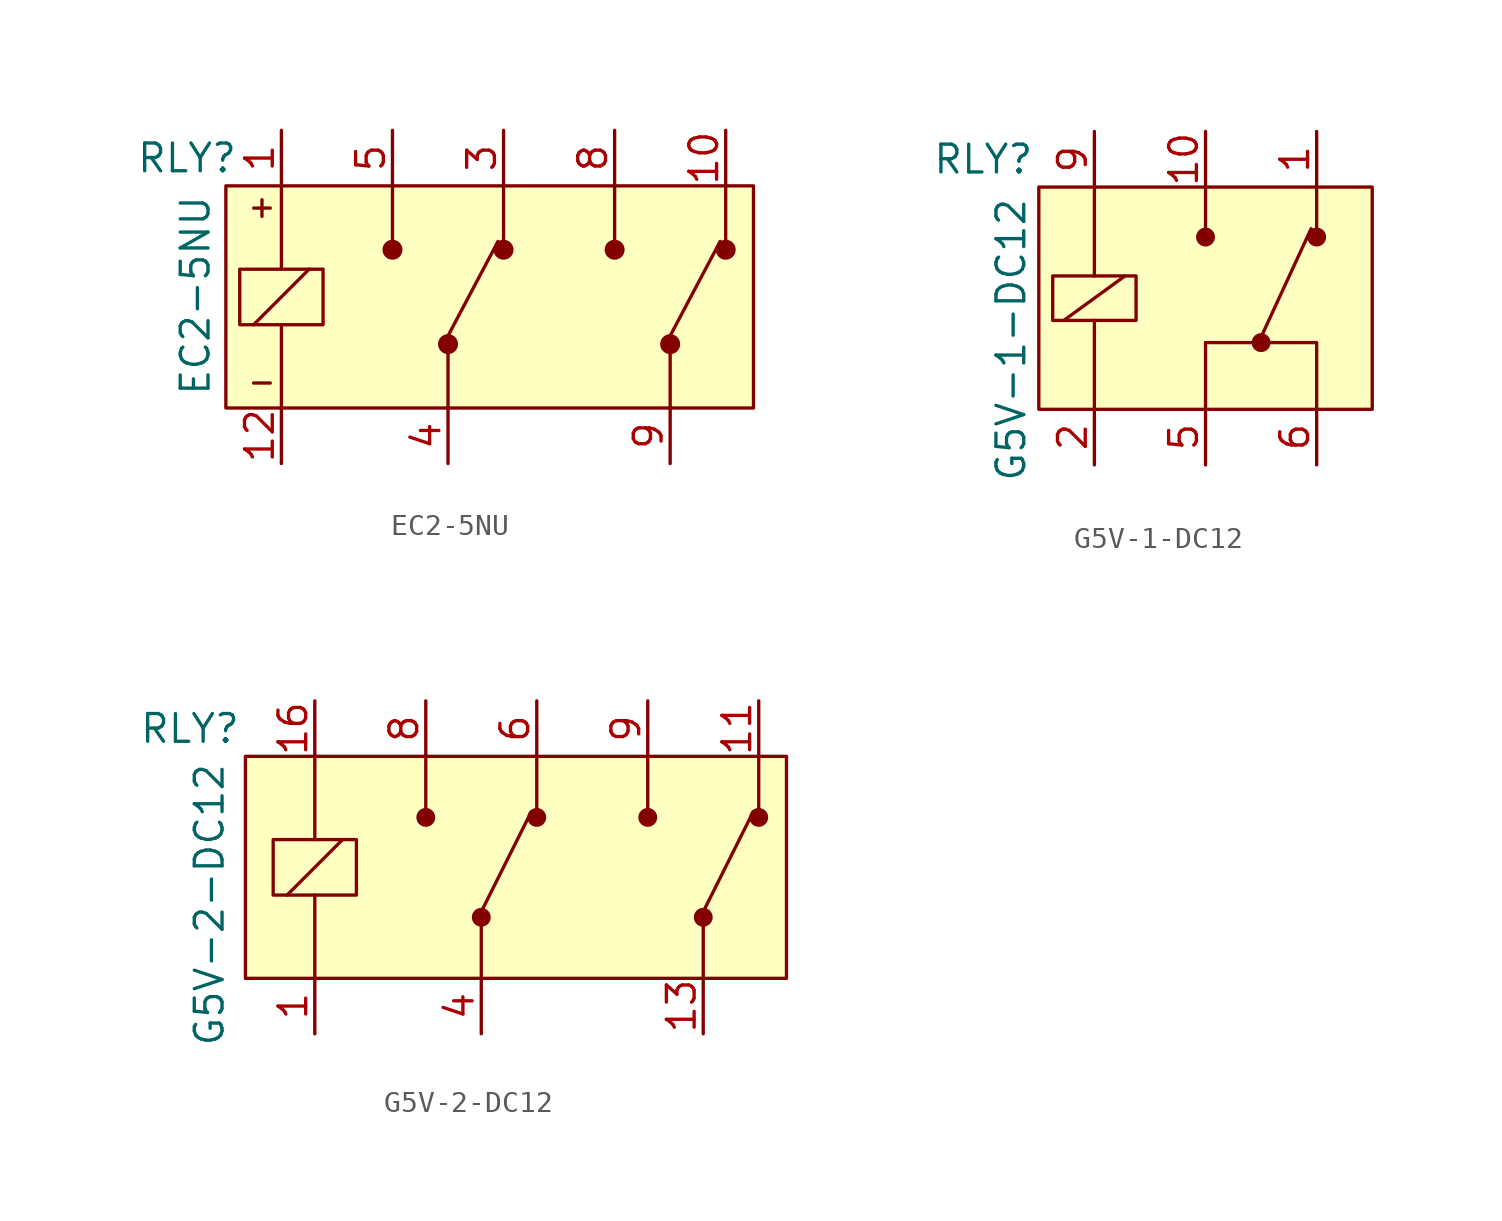
<source format=kicad_sym>
(kicad_symbol_lib
  (version 20220914)
  (generator kicad_symbol_editor)
  (symbol "EC2-5NU"
    (pin_names
      (offset 1.016) hide)
    (property "Reference" "RLY"
      (at -14.478 6.35 0)
      (effects (font (size 1.27 1.27))))
    (property "Value" "EC2-5NU"
      (at -14.097 4.699 90)
      (effects (font (size 1.27 1.27)) (justify right)))
    (symbol "EC2-5NU_0_1"
      (rectangle (start -12.065 1.27) (end -8.255 -1.27) (stroke (width 0) (type solid)) (fill (type none)))
      (circle (center -5.08 2.159) (radius 0.381) (stroke (width 0) (type solid)) (fill (type outline)))
      (circle (center -2.54 -2.159) (radius 0.381) (stroke (width 0) (type solid)) (fill (type outline)))
      (polyline (pts (xy -11.43 -3.937) (xy -10.668 -3.937)) (stroke (width 0) (type solid)) (fill (type none)))
      (polyline (pts (xy -11.43 -1.27) (xy -8.89 1.27)) (stroke (width 0) (type solid)) (fill (type none)))
      (polyline (pts (xy -11.43 4.064) (xy -10.668 4.064)) (stroke (width 0) (type solid)) (fill (type none)))
      (polyline (pts (xy -11.049 4.445) (xy -11.049 3.683)) (stroke (width 0) (type solid)) (fill (type none)))
      (polyline (pts (xy -10.16 -5.08) (xy -10.16 -1.27)) (stroke (width 0) (type solid)) (fill (type none)))
      (polyline (pts (xy -10.16 5.08) (xy -10.16 1.27)) (stroke (width 0) (type solid)) (fill (type none)))
      (polyline (pts (xy -5.08 5.08) (xy -5.08 2.54)) (stroke (width 0) (type solid)) (fill (type none)))
      (polyline (pts (xy -2.54 -5.08) (xy -2.54 -2.54)) (stroke (width 0) (type solid)) (fill (type none)))
      (polyline (pts (xy -2.54 -1.778) (xy -0.254 2.54)) (stroke (width 0) (type solid)) (fill (type none)))
      (polyline (pts (xy 0 5.08) (xy 0 2.54)) (stroke (width 0) (type solid)) (fill (type none)))
      (polyline (pts (xy 5.08 5.08) (xy 5.08 2.54)) (stroke (width 0) (type solid)) (fill (type none)))
      (polyline (pts (xy 7.62 -5.08) (xy 7.62 -2.54)) (stroke (width 0) (type solid)) (fill (type none)))
      (polyline (pts (xy 7.62 -1.778) (xy 9.906 2.54)) (stroke (width 0) (type solid)) (fill (type none)))
      (polyline (pts (xy 10.16 5.08) (xy 10.16 2.54)) (stroke (width 0) (type solid)) (fill (type none)))
      (circle (center 0 2.159) (radius 0.381) (stroke (width 0) (type solid)) (fill (type outline)))
      (circle (center 5.08 2.159) (radius 0.381) (stroke (width 0) (type solid)) (fill (type outline)))
      (circle (center 7.62 -2.159) (radius 0.381) (stroke (width 0) (type solid)) (fill (type outline)))
      (circle (center 10.16 2.159) (radius 0.381) (stroke (width 0) (type solid)) (fill (type outline))))
    (symbol "EC2-5NU_1_1"
      (rectangle (start -12.7 5.08) (end 11.43 -5.08) (stroke (width 0) (type solid)) (fill (type background)))
      (pin passive line (at -10.16 7.62 270) (length 2.54) (name "COIL" (effects (font (size 1.27 1.27)))) (number "1" (effects (font (size 1.27 1.27)))))
      (pin passive line (at 10.16 7.62 270) (length 2.54) (name "NC2" (effects (font (size 1.27 1.27)))) (number "10" (effects (font (size 1.27 1.27)))))
      (pin passive line (at -10.16 -7.62 90) (length 2.54) (name "COIL" (effects (font (size 1.27 1.27)))) (number "12" (effects (font (size 1.27 1.27)))))
      (pin passive line (at 0 7.62 270) (length 2.54) (name "NC1" (effects (font (size 1.27 1.27)))) (number "3" (effects (font (size 1.27 1.27)))))
      (pin passive line (at -2.54 -7.62 90) (length 2.54) (name "COM1" (effects (font (size 1.27 1.27)))) (number "4" (effects (font (size 1.27 1.27)))))
      (pin passive line (at -5.08 7.62 270) (length 2.54) (name "NO1" (effects (font (size 1.27 1.27)))) (number "5" (effects (font (size 1.27 1.27)))))
      (pin passive line (at 5.08 7.62 270) (length 2.54) (name "NO2" (effects (font (size 1.27 1.27)))) (number "8" (effects (font (size 1.27 1.27)))))
      (pin passive line (at 7.62 -7.62 90) (length 2.54) (name "COM2" (effects (font (size 1.27 1.27)))) (number "9" (effects (font (size 1.27 1.27)))))))
  (symbol "G5V-1-DC12"
    (pin_names
      (offset 1.016) hide)
    (property "Reference" "RLY"
      (at -10.16 6.35 0)
      (effects (font (size 1.27 1.27))))
    (property "Value" "G5V-1-DC12"
      (at -8.89 -1.905 90)
      (effects (font (size 1.27 1.27))))
    (symbol "G5V-1-DC12_0_1"
      (rectangle (start -7.62 5.08) (end 7.62 -5.08) (stroke (width 0) (type solid)) (fill (type background)))
      (rectangle (start -6.985 1.016) (end -3.175 -1.016) (stroke (width 0) (type solid)) (fill (type none)))
      (polyline (pts (xy -6.477 -1.016) (xy -3.683 1.016)) (stroke (width 0) (type solid)) (fill (type none)))
      (polyline (pts (xy -5.08 -1.016) (xy -5.08 -5.08)) (stroke (width 0) (type solid)) (fill (type none)))
      (polyline (pts (xy -5.08 1.016) (xy -5.08 5.08)) (stroke (width 0) (type solid)) (fill (type none)))
      (polyline (pts (xy 0 -5.08) (xy 0 -2.032)) (stroke (width 0) (type solid)) (fill (type none)))
      (polyline (pts (xy 0 5.08) (xy 0 3.048)) (stroke (width 0) (type solid)) (fill (type none)))
      (polyline (pts (xy 2.54 -1.778) (xy 4.826 3.175)) (stroke (width 0) (type solid)) (fill (type none)))
      (polyline (pts (xy 5.08 5.08) (xy 5.08 3.048)) (stroke (width 0) (type solid)) (fill (type none)))
      (polyline (pts (xy 5.08 -5.08) (xy 5.08 -2.032) (xy 0 -2.032)) (stroke (width 0) (type solid)) (fill (type none)))
      (circle (center 0 2.794) (radius 0.356) (stroke (width 0) (type solid)) (fill (type outline)))
      (circle (center 2.54 -2.032) (radius 0.356) (stroke (width 0) (type solid)) (fill (type outline)))
      (circle (center 5.08 2.794) (radius 0.356) (stroke (width 0) (type solid)) (fill (type outline))))
    (symbol "G5V-1-DC12_1_1"
      (pin passive line (at 5.08 7.62 270) (length 2.54) (name "NC" (effects (font (size 1.27 1.27)))) (number "1" (effects (font (size 1.27 1.27)))))
      (pin passive line (at 0 7.62 270) (length 2.54) (name "NO" (effects (font (size 1.27 1.27)))) (number "10" (effects (font (size 1.27 1.27)))))
      (pin passive line (at -5.08 -7.62 90) (length 2.54) (name "COIL" (effects (font (size 1.27 1.27)))) (number "2" (effects (font (size 1.27 1.27)))))
      (pin passive line (at 0 -7.62 90) (length 2.54) (name "COM" (effects (font (size 1.27 1.27)))) (number "5" (effects (font (size 1.27 1.27)))))
      (pin passive line (at 5.08 -7.62 90) (length 2.54) (name "COM" (effects (font (size 1.27 1.27)))) (number "6" (effects (font (size 1.27 1.27)))))
      (pin passive line (at -5.08 7.62 270) (length 2.54) (name "COIL" (effects (font (size 1.27 1.27)))) (number "9" (effects (font (size 1.27 1.27)))))))
  (symbol "G5V-2-DC12"
    (pin_names
      (offset 1.016) hide)
    (property "Reference" "RLY"
      (at -15.875 6.35 0)
      (effects (font (size 1.27 1.27))))
    (property "Value" "G5V-2-DC12"
      (at -14.986 4.826 90)
      (effects (font (size 1.27 1.27)) (justify right)))
    (symbol "G5V-2-DC12_0_1"
      (rectangle (start -13.335 5.08) (end 11.43 -5.08) (stroke (width 0) (type solid)) (fill (type background)))
      (rectangle (start -12.065 1.27) (end -8.255 -1.27) (stroke (width 0) (type solid)) (fill (type none)))
      (circle (center -5.08 2.286) (radius 0.356) (stroke (width 0) (type solid)) (fill (type outline)))
      (circle (center -2.54 -2.286) (radius 0.356) (stroke (width 0) (type solid)) (fill (type outline)))
      (polyline (pts (xy -11.43 -1.27) (xy -8.89 1.27)) (stroke (width 0) (type solid)) (fill (type none)))
      (polyline (pts (xy -10.16 -1.27) (xy -10.16 -5.08)) (stroke (width 0) (type solid)) (fill (type none)))
      (polyline (pts (xy -10.16 5.08) (xy -10.16 1.27)) (stroke (width 0) (type solid)) (fill (type none)))
      (polyline (pts (xy -5.08 5.08) (xy -5.08 2.54)) (stroke (width 0) (type solid)) (fill (type none)))
      (polyline (pts (xy -2.54 -5.08) (xy -2.54 -2.54)) (stroke (width 0) (type solid)) (fill (type none)))
      (polyline (pts (xy -2.54 -2.032) (xy -0.254 2.54)) (stroke (width 0) (type solid)) (fill (type none)))
      (polyline (pts (xy 0 5.08) (xy 0 2.54)) (stroke (width 0) (type solid)) (fill (type none)))
      (polyline (pts (xy 5.08 5.08) (xy 5.08 2.54)) (stroke (width 0) (type solid)) (fill (type none)))
      (polyline (pts (xy 7.62 -5.08) (xy 7.62 -2.54)) (stroke (width 0) (type solid)) (fill (type none)))
      (polyline (pts (xy 7.62 -2.032) (xy 9.906 2.54)) (stroke (width 0) (type solid)) (fill (type none)))
      (polyline (pts (xy 10.16 5.08) (xy 10.16 2.54)) (stroke (width 0) (type solid)) (fill (type none)))
      (circle (center 0 2.286) (radius 0.356) (stroke (width 0) (type solid)) (fill (type outline)))
      (circle (center 5.08 2.286) (radius 0.356) (stroke (width 0) (type solid)) (fill (type outline)))
      (circle (center 7.62 -2.286) (radius 0.356) (stroke (width 0) (type solid)) (fill (type outline)))
      (circle (center 10.16 2.286) (radius 0.356) (stroke (width 0) (type solid)) (fill (type outline))))
    (symbol "G5V-2-DC12_1_1"
      (pin passive line (at -10.16 -7.62 90) (length 2.54) (name "COIL" (effects (font (size 1.27 1.27)))) (number "1" (effects (font (size 1.27 1.27)))))
      (pin passive line (at 10.16 7.62 270) (length 2.54) (name "NC2" (effects (font (size 1.27 1.27)))) (number "11" (effects (font (size 1.27 1.27)))))
      (pin passive line (at 7.62 -7.62 90) (length 2.54) (name "COM2" (effects (font (size 1.27 1.27)))) (number "13" (effects (font (size 1.27 1.27)))))
      (pin passive line (at -10.16 7.62 270) (length 2.54) (name "COIL" (effects (font (size 1.27 1.27)))) (number "16" (effects (font (size 1.27 1.27)))))
      (pin passive line (at -2.54 -7.62 90) (length 2.54) (name "COM1" (effects (font (size 1.27 1.27)))) (number "4" (effects (font (size 1.27 1.27)))))
      (pin passive line (at 0 7.62 270) (length 2.54) (name "NC1" (effects (font (size 1.27 1.27)))) (number "6" (effects (font (size 1.27 1.27)))))
      (pin passive line (at -5.08 7.62 270) (length 2.54) (name "NO1" (effects (font (size 1.27 1.27)))) (number "8" (effects (font (size 1.27 1.27)))))
      (pin passive line (at 5.08 7.62 270) (length 2.54) (name "NO2" (effects (font (size 1.27 1.27)))) (number "9" (effects (font (size 1.27 1.27))))))))
</source>
